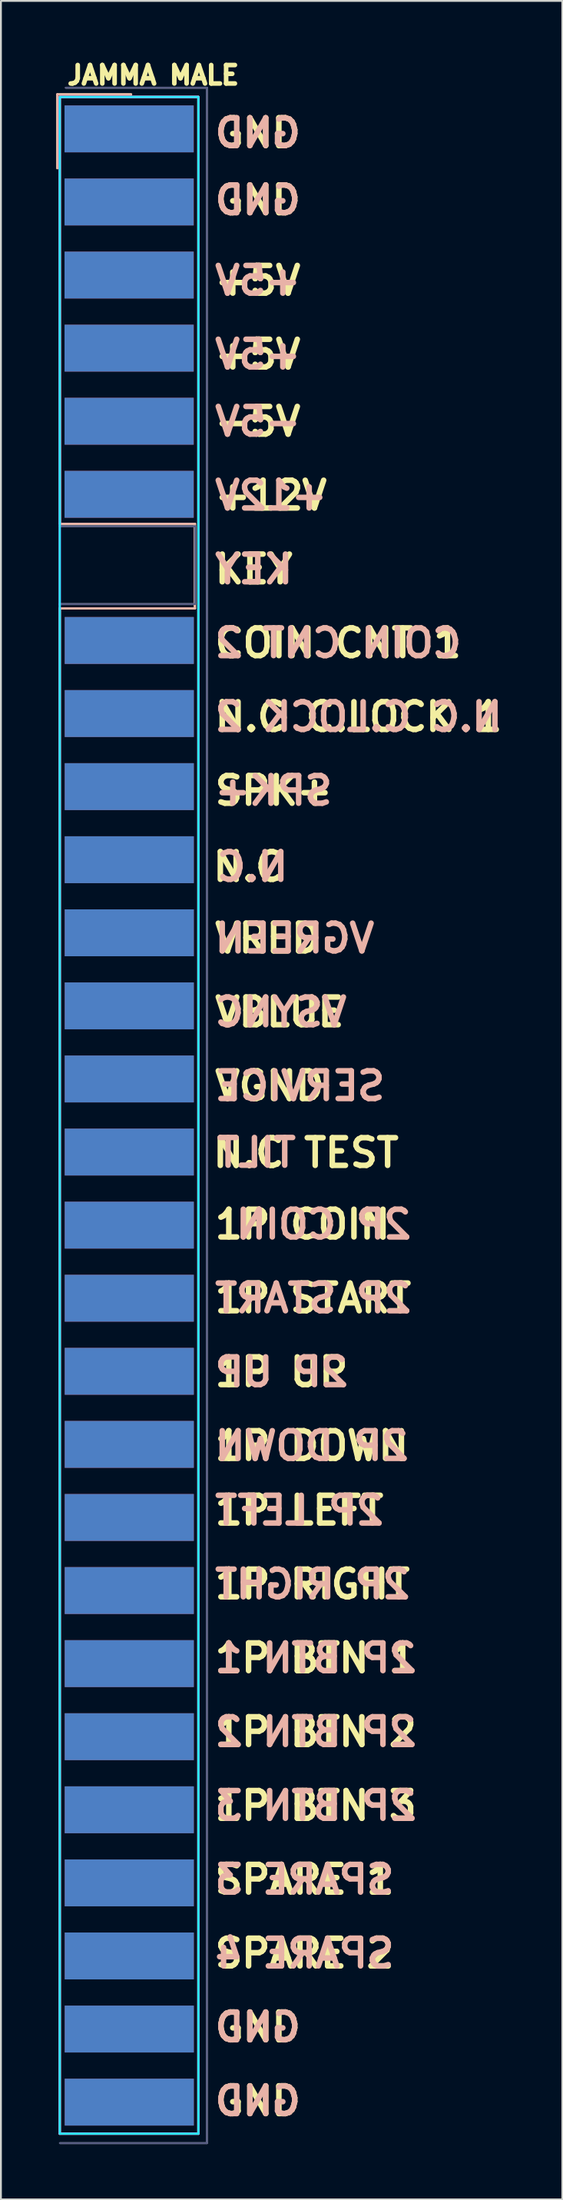
<source format=kicad_pcb>
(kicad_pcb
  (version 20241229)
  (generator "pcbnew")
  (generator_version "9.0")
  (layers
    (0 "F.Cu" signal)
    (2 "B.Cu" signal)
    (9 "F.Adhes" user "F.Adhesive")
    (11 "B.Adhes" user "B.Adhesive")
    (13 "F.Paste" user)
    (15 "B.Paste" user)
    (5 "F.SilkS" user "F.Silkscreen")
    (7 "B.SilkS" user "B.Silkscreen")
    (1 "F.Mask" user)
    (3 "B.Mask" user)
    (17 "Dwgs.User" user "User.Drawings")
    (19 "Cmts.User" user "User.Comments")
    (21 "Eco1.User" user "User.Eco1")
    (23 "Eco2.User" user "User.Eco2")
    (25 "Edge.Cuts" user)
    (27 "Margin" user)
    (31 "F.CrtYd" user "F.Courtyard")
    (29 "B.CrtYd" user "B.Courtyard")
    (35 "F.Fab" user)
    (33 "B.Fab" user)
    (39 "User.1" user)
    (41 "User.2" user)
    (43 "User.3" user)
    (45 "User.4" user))
  (footprint "JAMMA MALE"
    (layer "F.Cu")
    (at 4.01 54.124)
    (property "Reference" "JAMMA MALE" (at 1.25 -53.1 0) (layer "F.SilkS") (effects (font (size 1 1) (thickness 0.25))))
    (attr through_hole)
    (fp_line (start -3.95 -52.06) (end -3.95 -48.06) (stroke (width 0.12) (type default)) (layer "F.SilkS"))
    (fp_line (start -3.95 -52.06) (end 0.05 -52.06) (stroke (width 0.12) (type default)) (layer "F.SilkS"))
    (fp_line (start -3.82 -51.92) (end -3.81 -28.79) (stroke (width 0.12) (type default)) (layer "F.SilkS"))
    (fp_line (start -3.82 -24.21) (end -3.82 58.44) (stroke (width 0.12) (type default)) (layer "F.SilkS"))
    (fp_line (start -3.82 58.44) (end -3.82 -24.21) (stroke (width 0.12) (type default)) (layer "F.SilkS"))
    (fp_line (start -3.82 58.44) (end 3.7 58.44) (stroke (width 0.12) (type default)) (layer "F.SilkS"))
    (fp_line (start 3.51 -28.79) (end -3.81 -28.79) (stroke (width 0.12) (type default)) (layer "F.SilkS"))
    (fp_line (start 3.51 -28.79) (end 3.51 -24.21) (stroke (width 0.12) (type default)) (layer "F.SilkS"))
    (fp_line (start 3.51 -24.21) (end -3.82 -24.21) (stroke (width 0.12) (type default)) (layer "F.SilkS"))
    (fp_line (start 3.7 -51.92) (end -3.82 -51.92) (stroke (width 0.12) (type default)) (layer "F.SilkS"))
    (fp_line (start 3.7 58.44) (end 3.7 -51.92) (stroke (width 0.12) (type default)) (layer "F.SilkS"))
    (fp_line (start -3.95 -52.06) (end -3.95 -48.06) (stroke (width 0.12) (type default)) (layer "B.SilkS"))
    (fp_line (start -3.95 -52.06) (end 0.05 -52.06) (stroke (width 0.12) (type default)) (layer "B.SilkS"))
    (fp_line (start -3.82 -51.92) (end -3.81 -28.79) (stroke (width 0.12) (type default)) (layer "B.SilkS"))
    (fp_line (start -3.82 -24.21) (end -3.82 -24.21) (stroke (width 0.12) (type default)) (layer "B.SilkS"))
    (fp_line (start -3.82 58.44) (end 3.7 58.44) (stroke (width 0.12) (type default)) (layer "B.SilkS"))
    (fp_line (start 3.51 -28.79) (end -3.81 -28.79) (stroke (width 0.12) (type default)) (layer "B.SilkS"))
    (fp_line (start 3.51 -28.79) (end 3.51 -24.21) (stroke (width 0.12) (type default)) (layer "B.SilkS"))
    (fp_line (start 3.51 -24.21) (end -3.82 -24.21) (stroke (width 0.12) (type default)) (layer "B.SilkS"))
    (fp_line (start 3.7 -51.92) (end -3.82 -51.92) (stroke (width 0.12) (type default)) (layer "B.SilkS"))
    (fp_line (start 3.7 58.44) (end 3.7 -51.92) (stroke (width 0.12) (type default)) (layer "B.SilkS"))
    (fp_rect (start 3.7 58.44) (end -3.82 -51.92) (stroke (width 0.12) (type default)) (fill no) (layer "B.CrtYd"))
    (fp_rect (start -3.82 -51.92) (end 3.7 58.44) (stroke (width 0.12) (type default)) (fill no) (layer "F.CrtYd"))
    (fp_line (start -3.49 -52.42) (end 4.16 -52.42) (stroke (width 0.1) (type default)) (layer "B.Fab"))
    (fp_line (start 3.52 -28.66) (end -3.82 -28.66) (stroke (width 0.1) (type default)) (layer "B.Fab"))
    (fp_line (start 3.52 -28.66) (end 3.52 -24.44) (stroke (width 0.1) (type default)) (layer "B.Fab"))
    (fp_line (start 3.52 -24.44) (end -3.83 -24.44) (stroke (width 0.1) (type default)) (layer "B.Fab"))
    (fp_line (start 4.16 -52.42) (end 4.16 58.95) (stroke (width 0.1) (type default)) (layer "B.Fab"))
    (fp_line (start 4.16 58.95) (end -3.81 58.95) (stroke (width 0.1) (type default)) (layer "B.Fab"))
    (fp_line (start -3.49 -52.42) (end 4.16 -52.42) (stroke (width 0.1) (type default)) (layer "F.Fab"))
    (fp_line (start 3.52 -28.66) (end -3.82 -28.66) (stroke (width 0.1) (type default)) (layer "F.Fab"))
    (fp_line (start 3.52 -28.66) (end 3.52 -24.44) (stroke (width 0.1) (type default)) (layer "F.Fab"))
    (fp_line (start 3.52 -24.44) (end -3.83 -24.44) (stroke (width 0.1) (type default)) (layer "F.Fab"))
    (fp_line (start 4.16 -52.42) (end 4.16 58.95) (stroke (width 0.1) (type default)) (layer "F.Fab"))
    (fp_line (start 4.16 58.95) (end -3.81 58.95) (stroke (width 0.1) (type default)) (layer "F.Fab"))
    (fp_text user "1P RIGHT" (at 9.884 28.67 0) (layer "F.SilkS") (effects (font (size 1.5 1.5) (thickness 0.3))))
    (fp_text user "+5V" (at 6.92 -37.97 0) (layer "F.SilkS") (effects (font (size 1.5 1.5) (thickness 0.3))))
    (fp_text user "1P COIN " (at 9.92 9.17 0) (layer "F.SilkS") (effects (font (size 1.5 1.5) (thickness 0.3))))
    (fp_text user "1P DOWN" (at 9.849 21.17 0) (layer "F.SilkS") (effects (font (size 1.5 1.5) (thickness 0.3))))
    (fp_text user "GND" (at 6.92 -49.97 0) (layer "F.SilkS") (effects (font (size 1.5 1.5) (thickness 0.3) (bold yes))))
    (fp_text user "VRED" (at 7.456 -6.33 0) (layer "F.SilkS") (effects (font (size 1.5 1.5) (thickness 0.3))))
    (fp_text user "KEY" (at 6.706 -26.33 0) (layer "F.SilkS") (effects (font (size 1.5 1.5) (thickness 0.3))))
    (fp_text user "1P UP" (at 8.206 17.17 0) (layer "F.SilkS") (effects (font (size 1.5 1.5) (thickness 0.3))))
    (fp_text user "VGND" (at 7.563 1.67 0) (layer "F.SilkS") (effects (font (size 1.5 1.5) (thickness 0.3))))
    (fp_text user "1P START" (at 9.92 13.17 0) (layer "F.SilkS") (effects (font (size 1.5 1.5) (thickness 0.3))))
    (fp_text user "-5V" (at 6.92 -34.33 0) (layer "F.SilkS") (effects (font (size 1.5 1.5) (thickness 0.3))))
    (fp_text user "GND" (at 6.92 56.67 0) (layer "F.SilkS") (effects (font (size 1.5 1.5) (thickness 0.3))))
    (fp_text user "SPK+" (at 7.777 -14.33 0) (layer "F.SilkS") (effects (font (size 1.5 1.5) (thickness 0.3))))
    (fp_text user "GND" (at 6.92 52.67 0) (layer "F.SilkS") (effects (font (size 1.5 1.5) (thickness 0.3))))
    (fp_text user "+12V" (at 7.634 -30.33 0) (layer "F.SilkS") (effects (font (size 1.5 1.5) (thickness 0.3))))
    (fp_text user "VBLUE" (at 8.099 -2.33 0) (layer "F.SilkS") (effects (font (size 1.5 1.5) (thickness 0.3))))
    (fp_text user "1P BTN 2" (at 10.063 36.67 0) (layer "F.SilkS") (effects (font (size 1.5 1.5) (thickness 0.3))))
    (fp_text user "SPARE 1" (at 9.456 44.67 0) (layer "F.SilkS") (effects (font (size 1.5 1.5) (thickness 0.3))))
    (fp_text user "1P LEFT" (at 9.17 24.67 0) (layer "F.SilkS") (effects (font (size 1.5 1.5) (thickness 0.3))))
    (fp_text user "N.C C.LOCK 1" (at 12.384 -18.33 0) (layer "F.SilkS") (effects (font (size 1.5 1.5) (thickness 0.3))))
    (fp_text user "+5V" (at 6.92 -41.97 0) (layer "F.SilkS") (effects (font (size 1.5 1.5) (thickness 0.3))))
    (fp_text user "1P BTN 3" (at 10.063 40.67 0) (layer "F.SilkS") (effects (font (size 1.5 1.5) (thickness 0.3))))
    (fp_text user "GND" (at 6.92 -46.33 0) (layer "F.SilkS") (effects (font (size 1.5 1.5) (thickness 0.3))))
    (fp_text user "N.C" (at 4.334 -9.33 0) (unlocked yes) (layer "F.SilkS") (effects (font (size 1.5 1.5) (thickness 0.3) (bold yes)) (justify left bottom)))
    (fp_text user "N.C TEST" (at 4.334 6.17 0) (unlocked yes) (layer "F.SilkS") (effects (font (size 1.5 1.5) (thickness 0.3) (bold yes)) (justify left bottom)))
    (fp_text user "SPARE 2" (at 9.456 48.67 0) (layer "F.SilkS") (effects (font (size 1.5 1.5) (thickness 0.3))))
    (fp_text user "COIN CNT 1" (at 11.277 -22.33 0) (layer "F.SilkS") (effects (font (size 1.5 1.5) (thickness 0.3))))
    (fp_text user "1P BTN 1" (at 10.063 32.67 0) (layer "F.SilkS") (effects (font (size 1.5 1.5) (thickness 0.3))))
    (fp_text user "SPK+" (at 7.777 -14.33 0) (layer "B.SilkS") (effects (font (size 1.5 1.5) (thickness 0.3)) (justify mirror)))
    (fp_text user "SERVICE" (at 9.206 1.67 0) (layer "B.SilkS") (effects (font (size 1.5 1.5) (thickness 0.3)) (justify mirror)))
    (fp_text user "2P START" (at 9.92 13.17 0) (layer "B.SilkS") (effects (font (size 1.5 1.5) (thickness 0.3)) (justify mirror)))
    (fp_text user "TILT" (at 9.149 6.16 0) (unlocked yes) (layer "B.SilkS") (effects (font (size 1.5 1.5) (thickness 0.3) (bold yes)) (justify left bottom mirror)))
    (fp_text user "2P UP" (at 8.206 17.17 0) (layer "B.SilkS") (effects (font (size 1.5 1.5) (thickness 0.3)) (justify mirror)))
    (fp_text user "GND" (at 6.92 -46.33 0) (layer "B.SilkS") (effects (font (size 1.5 1.5) (thickness 0.3)) (justify mirror)))
    (fp_text user "KEY" (at 6.706 -26.33 0) (layer "B.SilkS") (effects (font (size 1.5 1.5) (thickness 0.3)) (justify mirror)))
    (fp_text user "GND" (at 6.92 56.67 0) (layer "B.SilkS") (effects (font (size 1.5 1.5) (thickness 0.3)) (justify mirror)))
    (fp_text user "N.C C.LOCK 2" (at 12.384 -18.33 0) (layer "B.SilkS") (effects (font (size 1.5 1.5) (thickness 0.3)) (justify mirror)))
    (fp_text user "+5V" (at 6.92 -41.97 0) (layer "B.SilkS") (effects (font (size 1.5 1.5) (thickness 0.3)) (justify mirror)))
    (fp_text user "GND" (at 6.92 52.67 0) (layer "B.SilkS") (effects (font (size 1.5 1.5) (thickness 0.3)) (justify mirror)))
    (fp_text user "2P RIGHT" (at 9.884 28.67 0) (layer "B.SilkS") (effects (font (size 1.5 1.5) (thickness 0.3)) (justify mirror)))
    (fp_text user "SPARE 3" (at 9.456 44.67 0) (layer "B.SilkS") (effects (font (size 1.5 1.5) (thickness 0.3)) (justify mirror)))
    (fp_text user "VGREEN" (at 8.92 -6.33 0) (layer "B.SilkS") (effects (font (size 1.5 1.5) (thickness 0.3)) (justify mirror)))
    (fp_text user "COIN CNT 2" (at 11.277 -22.33 0) (layer "B.SilkS") (effects (font (size 1.5 1.5) (thickness 0.3)) (justify mirror)))
    (fp_text user "-5V" (at 6.92 -34.33 0) (layer "B.SilkS") (effects (font (size 1.5 1.5) (thickness 0.3)) (justify mirror)))
    (fp_text user "2P DOWN" (at 9.849 21.17 0) (layer "B.SilkS") (effects (font (size 1.5 1.5) (thickness 0.3)) (justify mirror)))
    (fp_text user "GND" (at 6.92 -49.97 0) (layer "B.SilkS") (effects (font (size 1.5 1.5) (thickness 0.3)) (justify mirror)))
    (fp_text user "VSYNC" (at 8.17 -2.33 0) (layer "B.SilkS") (effects (font (size 1.5 1.5) (thickness 0.3)) (justify mirror)))
    (fp_text user "2P COIN " (at 9.92 9.17 0) (layer "B.SilkS") (effects (font (size 1.5 1.5) (thickness 0.3)) (justify mirror)))
    (fp_text user "2P BTN 2" (at 10.063 36.67 0) (layer "B.SilkS") (effects (font (size 1.5 1.5) (thickness 0.3)) (justify mirror)))
    (fp_text user "SPARE 4" (at 9.456 48.67 0) (layer "B.SilkS") (effects (font (size 1.5 1.5) (thickness 0.3)) (justify mirror)))
    (fp_text user "+12V" (at 7.634 -30.33 0) (layer "B.SilkS") (effects (font (size 1.5 1.5) (thickness 0.3)) (justify mirror)))
    (fp_text user "N.C" (at 8.72 -9.33 0) (unlocked yes) (layer "B.SilkS") (effects (font (size 1.5 1.5) (thickness 0.3) (bold yes)) (justify left bottom mirror)))
    (fp_text user "2P BTN 3" (at 10.063 40.67 0) (layer "B.SilkS") (effects (font (size 1.5 1.5) (thickness 0.3)) (justify mirror)))
    (fp_text user "+5V" (at 6.92 -37.97 0) (layer "B.SilkS") (effects (font (size 1.5 1.5) (thickness 0.3)) (justify mirror)))
    (fp_text user "2P LEFT" (at 9.17 24.67 0) (layer "B.SilkS") (effects (font (size 1.5 1.5) (thickness 0.3)) (justify mirror)))
    (fp_text user "2P BTN 1" (at 10.063 32.67 0) (layer "B.SilkS") (effects (font (size 1.5 1.5) (thickness 0.3)) (justify mirror)))
    (pad "1" connect rect (at -0.05 -50.19 90) (size 2.54 7) (layers "F.Cu" "F.Mask"))
    (pad "2" connect rect (at -0.05 -46.23 90) (size 2.54 7) (layers "F.Cu" "F.Mask"))
    (pad "3" connect rect (at -0.05 -42.27 90) (size 2.54 7) (layers "F.Cu" "F.Mask"))
    (pad "4" connect rect (at -0.05 -38.31 90) (size 2.54 7) (layers "F.Cu" "F.Mask"))
    (pad "5" connect rect (at -0.05 -34.35 90) (size 2.54 7) (layers "F.Cu" "F.Mask"))
    (pad "6" connect rect (at -0.05 -30.39 90) (size 2.54 7) (layers "F.Cu" "F.Mask"))
    (pad "8" connect rect (at -0.05 -22.47 90) (size 2.54 7) (layers "F.Cu" "F.Mask"))
    (pad "9" connect rect (at -0.05 -18.51 90) (size 2.54 7) (layers "F.Cu" "F.Mask"))
    (pad "10" connect rect (at -0.05 -14.55 90) (size 2.54 7) (layers "F.Cu" "F.Mask"))
    (pad "11" connect rect (at -0.05 -10.59 90) (size 2.54 7) (layers "F.Cu" "F.Mask"))
    (pad "12" connect rect (at -0.05 -6.63 90) (size 2.54 7) (layers "F.Cu" "F.Mask"))
    (pad "13" connect rect (at -0.05 -2.67 90) (size 2.54 7) (layers "F.Cu" "F.Mask"))
    (pad "14" connect rect (at -0.05 1.29 90) (size 2.54 7) (layers "F.Cu" "F.Mask"))
    (pad "15" connect rect (at -0.05 5.25 90) (size 2.54 7) (layers "F.Cu" "F.Mask"))
    (pad "16" connect rect (at -0.05 9.21 90) (size 2.54 7) (layers "F.Cu" "F.Mask"))
    (pad "17" connect rect (at -0.05 13.17 90) (size 2.54 7) (layers "F.Cu" "F.Mask"))
    (pad "18" connect rect (at -0.05 17.13 90) (size 2.54 7) (layers "F.Cu" "F.Mask"))
    (pad "19" connect rect (at -0.05 21.09 90) (size 2.54 7) (layers "F.Cu" "F.Mask"))
    (pad "20" connect rect (at -0.05 25.05 90) (size 2.54 7) (layers "F.Cu" "F.Mask"))
    (pad "21" connect rect (at -0.05 29.01 90) (size 2.54 7) (layers "F.Cu" "F.Mask"))
    (pad "22" connect rect (at -0.05 32.97 90) (size 2.54 7) (layers "F.Cu" "F.Mask"))
    (pad "23" connect rect (at -0.05 36.93 90) (size 2.54 7) (layers "F.Cu" "F.Mask"))
    (pad "24" connect rect (at -0.05 40.89 90) (size 2.54 7) (layers "F.Cu" "F.Mask"))
    (pad "25" connect rect (at -0.05 44.85 90) (size 2.54 7) (layers "F.Cu" "F.Mask"))
    (pad "26" connect rect (at -0.05 48.81 90) (size 2.54 7) (layers "F.Cu" "F.Mask"))
    (pad "27" connect rect (at -0.05 52.77 90) (size 2.54 7) (layers "F.Cu" "F.Mask"))
    (pad "28" connect rect (at -0.05 56.73 90) (size 2.54 7) (layers "F.Cu" "F.Mask"))
    (pad "A" connect rect (at -0.06 -50.19 90) (size 2.54 7) (layers "B.Cu" "B.Mask"))
    (pad "B" connect rect (at -0.06 -46.23 90) (size 2.54 7) (layers "B.Cu" "B.Mask"))
    (pad "C" connect rect (at -0.06 -42.27 90) (size 2.54 7) (layers "B.Cu" "B.Mask"))
    (pad "D" connect rect (at -0.06 -38.31 90) (size 2.54 7) (layers "B.Cu" "B.Mask"))
    (pad "E" connect rect (at -0.06 -34.35 90) (size 2.54 7) (layers "B.Cu" "B.Mask"))
    (pad "F" connect rect (at -0.06 -30.39 90) (size 2.54 7) (layers "B.Cu" "B.Mask"))
    (pad "J" connect rect (at -0.05 -22.47 90) (size 2.54 7) (layers "B.Cu" "B.Mask"))
    (pad "K" connect rect (at -0.05 -18.51 90) (size 2.54 7) (layers "B.Cu" "B.Mask"))
    (pad "L" connect rect (at -0.05 -14.55 90) (size 2.54 7) (layers "B.Cu" "B.Mask"))
    (pad "M" connect rect (at -0.05 -10.59 90) (size 2.54 7) (layers "B.Cu" "B.Mask"))
    (pad "N" connect rect (at -0.05 -6.63 90) (size 2.54 7) (layers "B.Cu" "B.Mask"))
    (pad "P" connect rect (at -0.05 -2.67 90) (size 2.54 7) (layers "B.Cu" "B.Mask"))
    (pad "R" connect rect (at -0.05 1.29 90) (size 2.54 7) (layers "B.Cu" "B.Mask"))
    (pad "S" connect rect (at -0.05 5.25 90) (size 2.54 7) (layers "B.Cu" "B.Mask"))
    (pad "T" connect rect (at -0.05 9.21 90) (size 2.54 7) (layers "B.Cu" "B.Mask"))
    (pad "U" connect rect (at -0.05 13.17 90) (size 2.54 7) (layers "B.Cu" "B.Mask"))
    (pad "V" connect rect (at -0.05 17.13 90) (size 2.54 7) (layers "B.Cu" "B.Mask"))
    (pad "W" connect rect (at -0.05 21.09 90) (size 2.54 7) (layers "B.Cu" "B.Mask"))
    (pad "X" connect rect (at -0.05 25.05 90) (size 2.54 7) (layers "B.Cu" "B.Mask"))
    (pad "Y" connect rect (at -0.05 29.01 90) (size 2.54 7) (layers "B.Cu" "B.Mask"))
    (pad "Z" connect rect (at -0.05 32.97 90) (size 2.54 7) (layers "B.Cu" "B.Mask"))
    (pad "a" connect rect (at -0.05 36.93 90) (size 2.54 7) (layers "B.Cu" "B.Mask"))
    (pad "b" connect rect (at -0.05 40.89 90) (size 2.54 7) (layers "B.Cu" "B.Mask"))
    (pad "c" connect rect (at -0.05 44.85 90) (size 2.54 7) (layers "B.Cu" "B.Mask"))
    (pad "d" connect rect (at -0.05 48.81 90) (size 2.54 7) (layers "B.Cu" "B.Mask"))
    (pad "e" connect rect (at -0.05 52.77 90) (size 2.54 7) (layers "B.Cu" "B.Mask"))
    (pad "f" connect rect (at -0.05 56.73 90) (size 2.54 7) (layers "B.Cu" "B.Mask")))
  (gr_rect
    (start -3 -3)
    (end 27.444 116.124)
    (stroke (width 0.1) (type default))
    (fill no)
    (layer "Edge.Cuts")))
</source>
